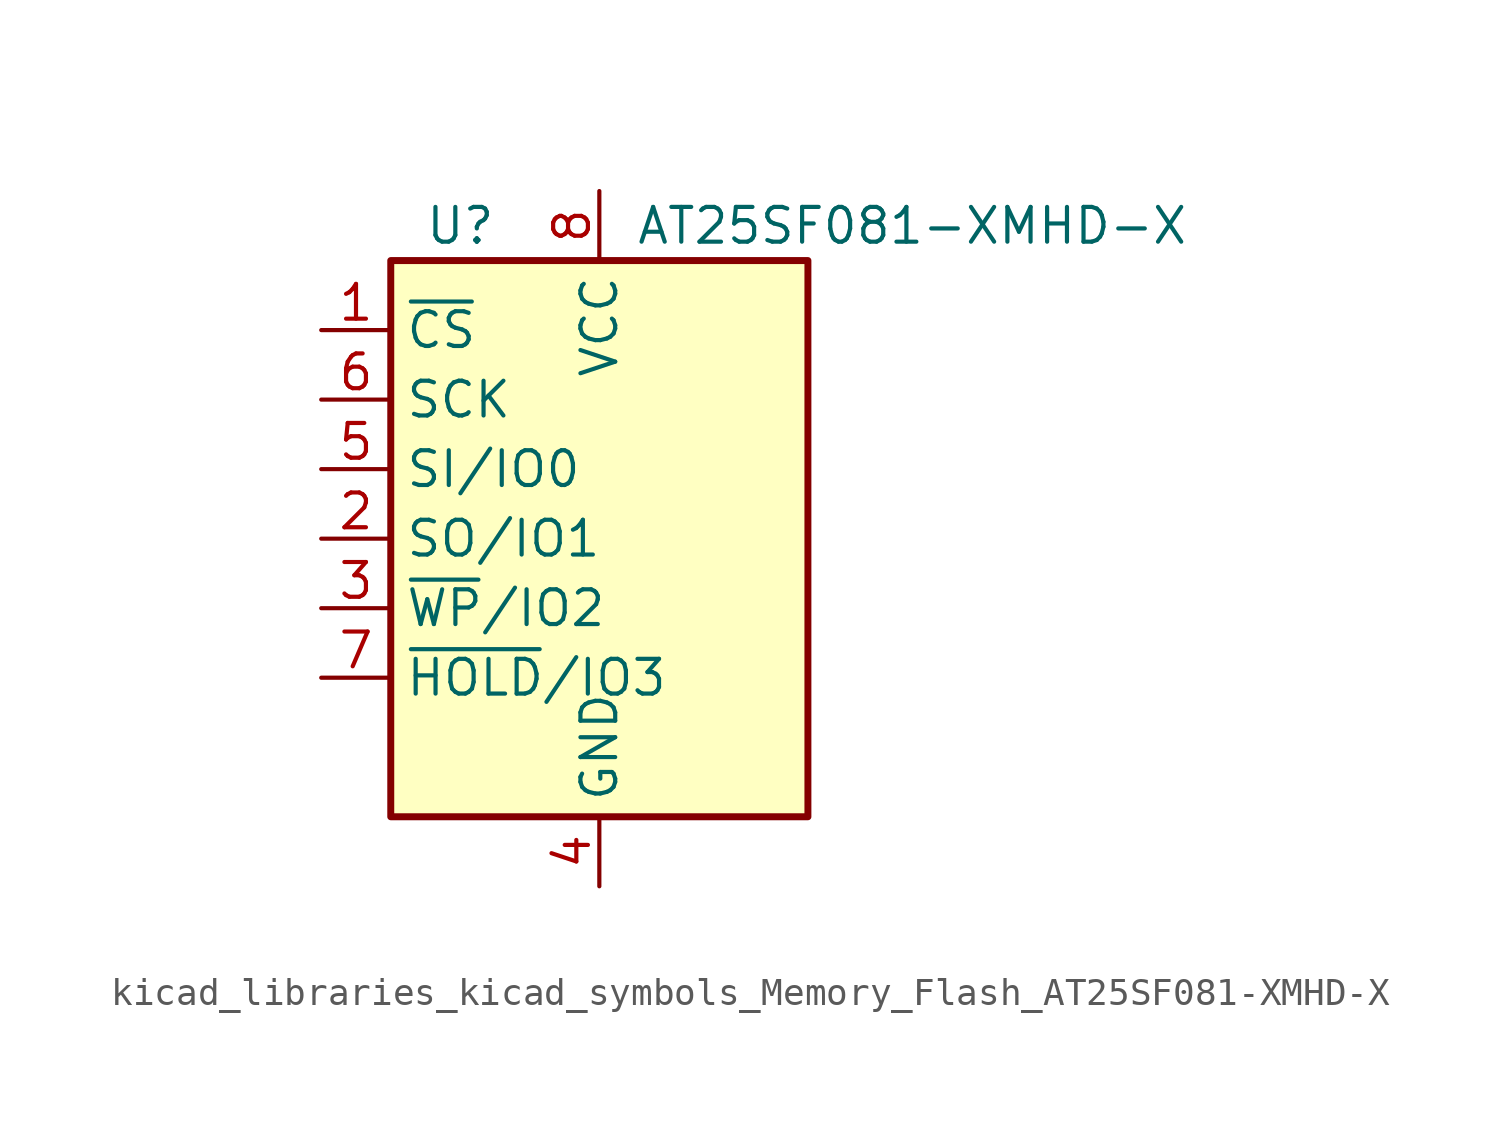
<source format=kicad_sym>
(kicad_symbol_lib
  (version 20220914)
  (generator kicad_symbol_editor)
  (symbol "kicad_libraries_kicad_symbols_Memory_Flash_AT25SF081-XMHD-X"
    (property "Reference" "U"
      (at -5.08 11.43 0)
      (effects (font (size 1.27 1.27))))
    (property "Value" "AT25SF081-XMHD-X"
      (at 11.43 11.43 0)
      (effects (font (size 1.27 1.27))))
    (symbol "kicad_libraries_kicad_symbols_Memory_Flash_AT25SF081-XMHD-X_0_1"
      (rectangle (start -7.62 10.16) (end 7.62 -10.16) (stroke (width 0.254) (type default)) (fill (type background))))
    (symbol "kicad_libraries_kicad_symbols_Memory_Flash_AT25SF081-XMHD-X_1_1"
      (pin input line (at -10.16 7.62 0) (length 2.54) (name "~{CS}" (effects (font (size 1.27 1.27)))) (number "1" (effects (font (size 1.27 1.27)))))
      (pin bidirectional line (at -10.16 0 0) (length 2.54) (name "SO/IO1" (effects (font (size 1.27 1.27)))) (number "2" (effects (font (size 1.27 1.27)))))
      (pin bidirectional line (at -10.16 -2.54 0) (length 2.54) (name "~{WP}/IO2" (effects (font (size 1.27 1.27)))) (number "3" (effects (font (size 1.27 1.27)))))
      (pin power_in line (at 0 -12.7 90) (length 2.54) (name "GND" (effects (font (size 1.27 1.27)))) (number "4" (effects (font (size 1.27 1.27)))))
      (pin bidirectional line (at -10.16 2.54 0) (length 2.54) (name "SI/IO0" (effects (font (size 1.27 1.27)))) (number "5" (effects (font (size 1.27 1.27)))))
      (pin input line (at -10.16 5.08 0) (length 2.54) (name "SCK" (effects (font (size 1.27 1.27)))) (number "6" (effects (font (size 1.27 1.27)))))
      (pin bidirectional line (at -10.16 -5.08 0) (length 2.54) (name "~{HOLD}/IO3" (effects (font (size 1.27 1.27)))) (number "7" (effects (font (size 1.27 1.27)))))
      (pin power_in line (at 0 12.7 270) (length 2.54) (name "VCC" (effects (font (size 1.27 1.27)))) (number "8" (effects (font (size 1.27 1.27))))))))
</source>
